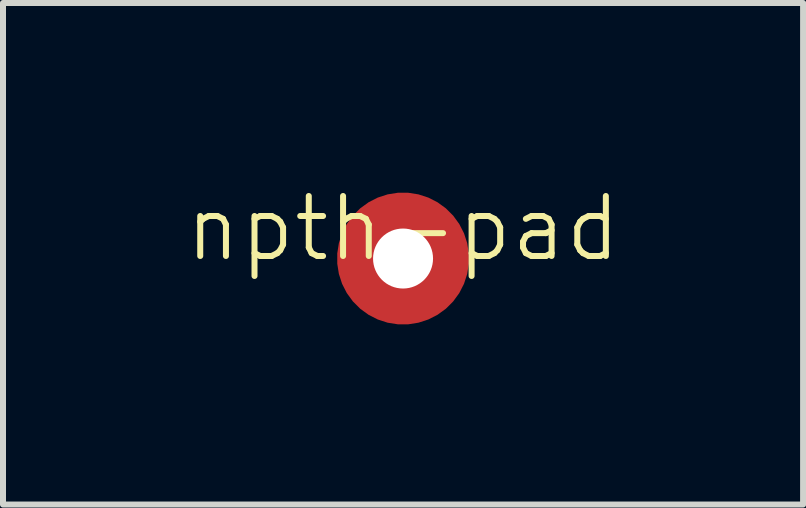
<source format=kicad_pcb>
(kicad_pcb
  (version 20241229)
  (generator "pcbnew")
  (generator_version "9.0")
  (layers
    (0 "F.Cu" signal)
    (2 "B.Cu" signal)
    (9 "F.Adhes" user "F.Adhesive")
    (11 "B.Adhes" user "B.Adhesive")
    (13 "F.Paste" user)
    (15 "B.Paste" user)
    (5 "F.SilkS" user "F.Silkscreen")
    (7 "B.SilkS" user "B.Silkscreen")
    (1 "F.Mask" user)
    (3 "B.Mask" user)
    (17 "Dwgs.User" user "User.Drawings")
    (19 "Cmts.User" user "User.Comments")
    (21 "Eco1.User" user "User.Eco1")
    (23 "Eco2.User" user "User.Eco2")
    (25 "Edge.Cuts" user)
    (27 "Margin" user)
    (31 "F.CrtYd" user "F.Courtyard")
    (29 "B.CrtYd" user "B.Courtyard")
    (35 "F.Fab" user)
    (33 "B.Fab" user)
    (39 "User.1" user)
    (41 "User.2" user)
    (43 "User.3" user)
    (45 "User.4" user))
  (footprint "npth-pad"
    (layer "F.Cu")
    (at 3.669 1.26)
    (property "Reference" "npth-pad" (at 0 -0.5 0) (unlocked yes) (layer "F.SilkS") (effects (font (size 1 1) (thickness 0.1))))
    (attr through_hole)
    (pad "" np_thru_hole circle (at 0 0) (size 1 1) (drill 1) (layers "*.Cu" "*.Mask"))
    (pad "1" smd custom (at 0 0) (size 2.2 2.2) (layers "F.Cu" "F.Mask" "F.Paste") (options (anchor circle)) (primitives (gr_circle (center 0 0) (end 0.5 0) (width 0) (fill yes)))))
  (gr_rect
    (start -3 -3)
    (end 10.338 5.361)
    (stroke (width 0.1) (type default))
    (fill no)
    (layer "Edge.Cuts")))
</source>
